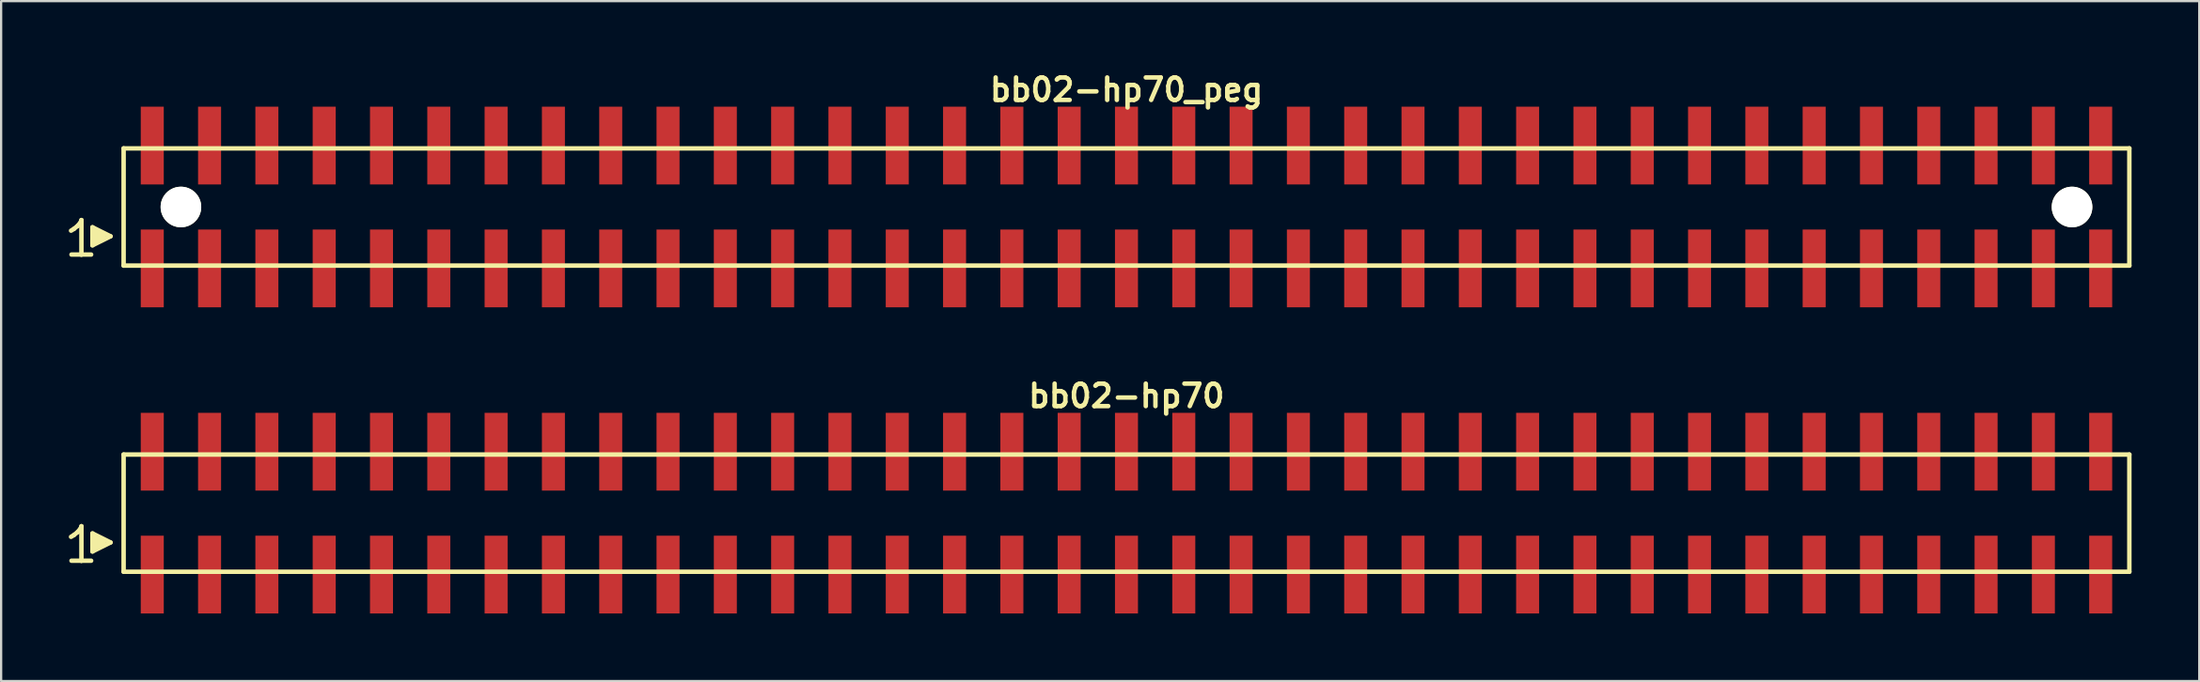
<source format=kicad_pcb>
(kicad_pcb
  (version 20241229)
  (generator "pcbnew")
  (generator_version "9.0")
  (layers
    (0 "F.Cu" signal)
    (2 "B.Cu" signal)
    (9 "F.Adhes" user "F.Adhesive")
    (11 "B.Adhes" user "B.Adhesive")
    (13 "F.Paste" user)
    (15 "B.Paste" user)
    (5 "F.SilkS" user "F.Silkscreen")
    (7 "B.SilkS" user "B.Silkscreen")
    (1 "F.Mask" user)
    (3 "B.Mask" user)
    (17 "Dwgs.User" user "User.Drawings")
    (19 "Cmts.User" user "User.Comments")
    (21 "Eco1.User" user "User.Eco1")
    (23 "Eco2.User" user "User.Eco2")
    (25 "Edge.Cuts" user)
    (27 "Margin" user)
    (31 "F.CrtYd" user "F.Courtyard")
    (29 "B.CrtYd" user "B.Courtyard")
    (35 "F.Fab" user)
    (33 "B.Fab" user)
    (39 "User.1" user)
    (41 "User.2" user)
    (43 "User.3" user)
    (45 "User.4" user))
  (footprint "bb02-hp70"
    (layer "F.Cu")
    (at 46.879 19.713)
    (property "Reference" "bb02-hp70" (at 0 -5.2 0) (layer "F.SilkS") (effects (font (size 0.998 0.998) (thickness 0.198))))
    (attr through_hole)
    (fp_line (start -46.78 1.05) (end -46.65 0.97) (stroke (width 0.198) (type solid)) (layer "F.SilkS"))
    (fp_line (start -46.65 0.97) (end -46.49 0.84) (stroke (width 0.198) (type solid)) (layer "F.SilkS"))
    (fp_line (start -46.49 0.84) (end -46.35 0.67) (stroke (width 0.198) (type solid)) (layer "F.SilkS"))
    (fp_line (start -46.35 0.67) (end -46.32 0.58) (stroke (width 0.198) (type solid)) (layer "F.SilkS"))
    (fp_line (start -46.32 0.58) (end -46.32 2.11) (stroke (width 0.198) (type solid)) (layer "F.SilkS"))
    (fp_line (start -46.32 2.11) (end -46.76 2.11) (stroke (width 0.198) (type solid)) (layer "F.SilkS"))
    (fp_line (start -45.89 2.11) (end -46.33 2.11) (stroke (width 0.198) (type solid)) (layer "F.SilkS"))
    (fp_line (start -45.83 0.9) (end -45.03 1.3) (stroke (width 0.198) (type solid)) (layer "F.SilkS"))
    (fp_line (start -45.83 1.7) (end -45.83 0.9) (stroke (width 0.198) (type solid)) (layer "F.SilkS"))
    (fp_line (start -45.73 1.6) (end -45.73 1) (stroke (width 0.198) (type solid)) (layer "F.SilkS"))
    (fp_line (start -45.63 1.1) (end -45.63 1.5) (stroke (width 0.198) (type solid)) (layer "F.SilkS"))
    (fp_line (start -45.53 1.5) (end -45.53 1.1) (stroke (width 0.198) (type solid)) (layer "F.SilkS"))
    (fp_line (start -45.43 1.2) (end -45.43 1.4) (stroke (width 0.198) (type solid)) (layer "F.SilkS"))
    (fp_line (start -45.33 1.4) (end -45.33 1.2) (stroke (width 0.198) (type solid)) (layer "F.SilkS"))
    (fp_line (start -45.03 1.3) (end -45.83 1.7) (stroke (width 0.198) (type solid)) (layer "F.SilkS"))
    (fp_line (start -44.45 -2.6) (end -44.45 2.6) (stroke (width 0.198) (type solid)) (layer "F.SilkS"))
    (fp_line (start -44.45 -2.6) (end 44.45 -2.6) (stroke (width 0.198) (type solid)) (layer "F.SilkS"))
    (fp_line (start 44.45 2.6) (end -44.45 2.6) (stroke (width 0.198) (type solid)) (layer "F.SilkS"))
    (fp_line (start 44.45 2.6) (end 44.45 -2.6) (stroke (width 0.198) (type solid)) (layer "F.SilkS"))
    (pad "1" smd rect (at -43.18 2.725) (size 1.02 3.45) (layers "F.Cu" "F.Mask" "F.Paste"))
    (pad "2" smd rect (at -43.18 -2.725) (size 1.02 3.45) (layers "F.Cu" "F.Mask" "F.Paste"))
    (pad "3" smd rect (at -40.64 2.725) (size 1.02 3.45) (layers "F.Cu" "F.Mask" "F.Paste"))
    (pad "4" smd rect (at -40.64 -2.725) (size 1.02 3.45) (layers "F.Cu" "F.Mask" "F.Paste"))
    (pad "5" smd rect (at -38.1 2.725) (size 1.02 3.45) (layers "F.Cu" "F.Mask" "F.Paste"))
    (pad "6" smd rect (at -38.1 -2.725) (size 1.02 3.45) (layers "F.Cu" "F.Mask" "F.Paste"))
    (pad "7" smd rect (at -35.56 2.725) (size 1.02 3.45) (layers "F.Cu" "F.Mask" "F.Paste"))
    (pad "8" smd rect (at -35.56 -2.725) (size 1.02 3.45) (layers "F.Cu" "F.Mask" "F.Paste"))
    (pad "9" smd rect (at -33.02 2.725) (size 1.02 3.45) (layers "F.Cu" "F.Mask" "F.Paste"))
    (pad "10" smd rect (at -33.02 -2.725) (size 1.02 3.45) (layers "F.Cu" "F.Mask" "F.Paste"))
    (pad "11" smd rect (at -30.48 2.725) (size 1.02 3.45) (layers "F.Cu" "F.Mask" "F.Paste"))
    (pad "12" smd rect (at -30.48 -2.725) (size 1.02 3.45) (layers "F.Cu" "F.Mask" "F.Paste"))
    (pad "13" smd rect (at -27.94 2.725) (size 1.02 3.45) (layers "F.Cu" "F.Mask" "F.Paste"))
    (pad "14" smd rect (at -27.94 -2.725) (size 1.02 3.45) (layers "F.Cu" "F.Mask" "F.Paste"))
    (pad "15" smd rect (at -25.4 2.725) (size 1.02 3.45) (layers "F.Cu" "F.Mask" "F.Paste"))
    (pad "16" smd rect (at -25.4 -2.725) (size 1.02 3.45) (layers "F.Cu" "F.Mask" "F.Paste"))
    (pad "17" smd rect (at -22.86 2.725) (size 1.02 3.45) (layers "F.Cu" "F.Mask" "F.Paste"))
    (pad "18" smd rect (at -22.86 -2.725) (size 1.02 3.45) (layers "F.Cu" "F.Mask" "F.Paste"))
    (pad "19" smd rect (at -20.32 2.725) (size 1.02 3.45) (layers "F.Cu" "F.Mask" "F.Paste"))
    (pad "20" smd rect (at -20.32 -2.725) (size 1.02 3.45) (layers "F.Cu" "F.Mask" "F.Paste"))
    (pad "21" smd rect (at -17.78 2.725) (size 1.02 3.45) (layers "F.Cu" "F.Mask" "F.Paste"))
    (pad "22" smd rect (at -17.78 -2.725) (size 1.02 3.45) (layers "F.Cu" "F.Mask" "F.Paste"))
    (pad "23" smd rect (at -15.24 2.725) (size 1.02 3.45) (layers "F.Cu" "F.Mask" "F.Paste"))
    (pad "24" smd rect (at -15.24 -2.725) (size 1.02 3.45) (layers "F.Cu" "F.Mask" "F.Paste"))
    (pad "25" smd rect (at -12.7 2.725) (size 1.02 3.45) (layers "F.Cu" "F.Mask" "F.Paste"))
    (pad "26" smd rect (at -12.7 -2.725) (size 1.02 3.45) (layers "F.Cu" "F.Mask" "F.Paste"))
    (pad "27" smd rect (at -10.16 2.725) (size 1.02 3.45) (layers "F.Cu" "F.Mask" "F.Paste"))
    (pad "28" smd rect (at -10.16 -2.725) (size 1.02 3.45) (layers "F.Cu" "F.Mask" "F.Paste"))
    (pad "29" smd rect (at -7.62 2.725) (size 1.02 3.45) (layers "F.Cu" "F.Mask" "F.Paste"))
    (pad "30" smd rect (at -7.62 -2.725) (size 1.02 3.45) (layers "F.Cu" "F.Mask" "F.Paste"))
    (pad "31" smd rect (at -5.08 2.725) (size 1.02 3.45) (layers "F.Cu" "F.Mask" "F.Paste"))
    (pad "32" smd rect (at -5.08 -2.725) (size 1.02 3.45) (layers "F.Cu" "F.Mask" "F.Paste"))
    (pad "33" smd rect (at -2.54 2.725) (size 1.02 3.45) (layers "F.Cu" "F.Mask" "F.Paste"))
    (pad "34" smd rect (at -2.54 -2.725) (size 1.02 3.45) (layers "F.Cu" "F.Mask" "F.Paste"))
    (pad "35" smd rect (at 0 2.725) (size 1.02 3.45) (layers "F.Cu" "F.Mask" "F.Paste"))
    (pad "36" smd rect (at 0 -2.725) (size 1.02 3.45) (layers "F.Cu" "F.Mask" "F.Paste"))
    (pad "37" smd rect (at 2.54 2.725) (size 1.02 3.45) (layers "F.Cu" "F.Mask" "F.Paste"))
    (pad "38" smd rect (at 2.54 -2.725) (size 1.02 3.45) (layers "F.Cu" "F.Mask" "F.Paste"))
    (pad "39" smd rect (at 5.08 2.725) (size 1.02 3.45) (layers "F.Cu" "F.Mask" "F.Paste"))
    (pad "40" smd rect (at 5.08 -2.725) (size 1.02 3.45) (layers "F.Cu" "F.Mask" "F.Paste"))
    (pad "41" smd rect (at 7.62 2.725) (size 1.02 3.45) (layers "F.Cu" "F.Mask" "F.Paste"))
    (pad "42" smd rect (at 7.62 -2.725) (size 1.02 3.45) (layers "F.Cu" "F.Mask" "F.Paste"))
    (pad "43" smd rect (at 10.16 2.725) (size 1.02 3.45) (layers "F.Cu" "F.Mask" "F.Paste"))
    (pad "44" smd rect (at 10.16 -2.725) (size 1.02 3.45) (layers "F.Cu" "F.Mask" "F.Paste"))
    (pad "45" smd rect (at 12.7 2.725) (size 1.02 3.45) (layers "F.Cu" "F.Mask" "F.Paste"))
    (pad "46" smd rect (at 12.7 -2.725) (size 1.02 3.45) (layers "F.Cu" "F.Mask" "F.Paste"))
    (pad "47" smd rect (at 15.24 2.725) (size 1.02 3.45) (layers "F.Cu" "F.Mask" "F.Paste"))
    (pad "48" smd rect (at 15.24 -2.725) (size 1.02 3.45) (layers "F.Cu" "F.Mask" "F.Paste"))
    (pad "49" smd rect (at 17.78 2.725) (size 1.02 3.45) (layers "F.Cu" "F.Mask" "F.Paste"))
    (pad "50" smd rect (at 17.78 -2.725) (size 1.02 3.45) (layers "F.Cu" "F.Mask" "F.Paste"))
    (pad "51" smd rect (at 20.32 2.725) (size 1.02 3.45) (layers "F.Cu" "F.Mask" "F.Paste"))
    (pad "52" smd rect (at 20.32 -2.725) (size 1.02 3.45) (layers "F.Cu" "F.Mask" "F.Paste"))
    (pad "53" smd rect (at 22.86 2.725) (size 1.02 3.45) (layers "F.Cu" "F.Mask" "F.Paste"))
    (pad "54" smd rect (at 22.86 -2.725) (size 1.02 3.45) (layers "F.Cu" "F.Mask" "F.Paste"))
    (pad "55" smd rect (at 25.4 2.725) (size 1.02 3.45) (layers "F.Cu" "F.Mask" "F.Paste"))
    (pad "56" smd rect (at 25.4 -2.725) (size 1.02 3.45) (layers "F.Cu" "F.Mask" "F.Paste"))
    (pad "57" smd rect (at 27.94 2.725) (size 1.02 3.45) (layers "F.Cu" "F.Mask" "F.Paste"))
    (pad "58" smd rect (at 27.94 -2.725) (size 1.02 3.45) (layers "F.Cu" "F.Mask" "F.Paste"))
    (pad "59" smd rect (at 30.48 2.725) (size 1.02 3.45) (layers "F.Cu" "F.Mask" "F.Paste"))
    (pad "60" smd rect (at 30.48 -2.725) (size 1.02 3.45) (layers "F.Cu" "F.Mask" "F.Paste"))
    (pad "61" smd rect (at 33.02 2.725) (size 1.02 3.45) (layers "F.Cu" "F.Mask" "F.Paste"))
    (pad "62" smd rect (at 33.02 -2.725) (size 1.02 3.45) (layers "F.Cu" "F.Mask" "F.Paste"))
    (pad "63" smd rect (at 35.56 2.725) (size 1.02 3.45) (layers "F.Cu" "F.Mask" "F.Paste"))
    (pad "64" smd rect (at 35.56 -2.725) (size 1.02 3.45) (layers "F.Cu" "F.Mask" "F.Paste"))
    (pad "65" smd rect (at 38.1 2.725) (size 1.02 3.45) (layers "F.Cu" "F.Mask" "F.Paste"))
    (pad "66" smd rect (at 38.1 -2.725) (size 1.02 3.45) (layers "F.Cu" "F.Mask" "F.Paste"))
    (pad "67" smd rect (at 40.64 2.725) (size 1.02 3.45) (layers "F.Cu" "F.Mask" "F.Paste"))
    (pad "68" smd rect (at 40.64 -2.725) (size 1.02 3.45) (layers "F.Cu" "F.Mask" "F.Paste"))
    (pad "69" smd rect (at 43.18 2.725) (size 1.02 3.45) (layers "F.Cu" "F.Mask" "F.Paste"))
    (pad "70" smd rect (at 43.18 -2.725) (size 1.02 3.45) (layers "F.Cu" "F.Mask" "F.Paste")))
  (footprint "bb02-hp70_peg"
    (layer "F.Cu")
    (at 46.879 6.132)
    (property "Reference" "bb02-hp70_peg" (at 0 -5.2 0) (layer "F.SilkS") (effects (font (size 0.998 0.998) (thickness 0.198))))
    (attr through_hole)
    (fp_line (start -46.78 1.05) (end -46.65 0.97) (stroke (width 0.198) (type solid)) (layer "F.SilkS"))
    (fp_line (start -46.65 0.97) (end -46.49 0.84) (stroke (width 0.198) (type solid)) (layer "F.SilkS"))
    (fp_line (start -46.49 0.84) (end -46.35 0.67) (stroke (width 0.198) (type solid)) (layer "F.SilkS"))
    (fp_line (start -46.35 0.67) (end -46.32 0.58) (stroke (width 0.198) (type solid)) (layer "F.SilkS"))
    (fp_line (start -46.32 0.58) (end -46.32 2.11) (stroke (width 0.198) (type solid)) (layer "F.SilkS"))
    (fp_line (start -46.32 2.11) (end -46.76 2.11) (stroke (width 0.198) (type solid)) (layer "F.SilkS"))
    (fp_line (start -45.89 2.11) (end -46.33 2.11) (stroke (width 0.198) (type solid)) (layer "F.SilkS"))
    (fp_line (start -45.83 0.9) (end -45.03 1.3) (stroke (width 0.198) (type solid)) (layer "F.SilkS"))
    (fp_line (start -45.83 1.7) (end -45.83 0.9) (stroke (width 0.198) (type solid)) (layer "F.SilkS"))
    (fp_line (start -45.73 1.6) (end -45.73 1) (stroke (width 0.198) (type solid)) (layer "F.SilkS"))
    (fp_line (start -45.63 1.1) (end -45.63 1.5) (stroke (width 0.198) (type solid)) (layer "F.SilkS"))
    (fp_line (start -45.53 1.5) (end -45.53 1.1) (stroke (width 0.198) (type solid)) (layer "F.SilkS"))
    (fp_line (start -45.43 1.2) (end -45.43 1.4) (stroke (width 0.198) (type solid)) (layer "F.SilkS"))
    (fp_line (start -45.33 1.4) (end -45.33 1.2) (stroke (width 0.198) (type solid)) (layer "F.SilkS"))
    (fp_line (start -45.03 1.3) (end -45.83 1.7) (stroke (width 0.198) (type solid)) (layer "F.SilkS"))
    (fp_line (start -44.45 -2.6) (end -44.45 2.6) (stroke (width 0.198) (type solid)) (layer "F.SilkS"))
    (fp_line (start -44.45 -2.6) (end 44.45 -2.6) (stroke (width 0.198) (type solid)) (layer "F.SilkS"))
    (fp_line (start 44.45 2.6) (end -44.45 2.6) (stroke (width 0.198) (type solid)) (layer "F.SilkS"))
    (fp_line (start 44.45 2.6) (end 44.45 -2.6) (stroke (width 0.198) (type solid)) (layer "F.SilkS"))
    (pad "" np_thru_hole circle (at -41.91 0) (size 1.8 1.8) (drill 1.8) (layers "*.Cu" "*.Mask" "F.SilkS"))
    (pad "" np_thru_hole circle (at 41.91 0) (size 1.8 1.8) (drill 1.8) (layers "*.Cu" "*.Mask" "F.SilkS"))
    (pad "1" smd rect (at -43.18 2.725) (size 1.02 3.45) (layers "F.Cu" "F.Mask" "F.Paste"))
    (pad "2" smd rect (at -43.18 -2.725) (size 1.02 3.45) (layers "F.Cu" "F.Mask" "F.Paste"))
    (pad "3" smd rect (at -40.64 2.725) (size 1.02 3.45) (layers "F.Cu" "F.Mask" "F.Paste"))
    (pad "4" smd rect (at -40.64 -2.725) (size 1.02 3.45) (layers "F.Cu" "F.Mask" "F.Paste"))
    (pad "5" smd rect (at -38.1 2.725) (size 1.02 3.45) (layers "F.Cu" "F.Mask" "F.Paste"))
    (pad "6" smd rect (at -38.1 -2.725) (size 1.02 3.45) (layers "F.Cu" "F.Mask" "F.Paste"))
    (pad "7" smd rect (at -35.56 2.725) (size 1.02 3.45) (layers "F.Cu" "F.Mask" "F.Paste"))
    (pad "8" smd rect (at -35.56 -2.725) (size 1.02 3.45) (layers "F.Cu" "F.Mask" "F.Paste"))
    (pad "9" smd rect (at -33.02 2.725) (size 1.02 3.45) (layers "F.Cu" "F.Mask" "F.Paste"))
    (pad "10" smd rect (at -33.02 -2.725) (size 1.02 3.45) (layers "F.Cu" "F.Mask" "F.Paste"))
    (pad "11" smd rect (at -30.48 2.725) (size 1.02 3.45) (layers "F.Cu" "F.Mask" "F.Paste"))
    (pad "12" smd rect (at -30.48 -2.725) (size 1.02 3.45) (layers "F.Cu" "F.Mask" "F.Paste"))
    (pad "13" smd rect (at -27.94 2.725) (size 1.02 3.45) (layers "F.Cu" "F.Mask" "F.Paste"))
    (pad "14" smd rect (at -27.94 -2.725) (size 1.02 3.45) (layers "F.Cu" "F.Mask" "F.Paste"))
    (pad "15" smd rect (at -25.4 2.725) (size 1.02 3.45) (layers "F.Cu" "F.Mask" "F.Paste"))
    (pad "16" smd rect (at -25.4 -2.725) (size 1.02 3.45) (layers "F.Cu" "F.Mask" "F.Paste"))
    (pad "17" smd rect (at -22.86 2.725) (size 1.02 3.45) (layers "F.Cu" "F.Mask" "F.Paste"))
    (pad "18" smd rect (at -22.86 -2.725) (size 1.02 3.45) (layers "F.Cu" "F.Mask" "F.Paste"))
    (pad "19" smd rect (at -20.32 2.725) (size 1.02 3.45) (layers "F.Cu" "F.Mask" "F.Paste"))
    (pad "20" smd rect (at -20.32 -2.725) (size 1.02 3.45) (layers "F.Cu" "F.Mask" "F.Paste"))
    (pad "21" smd rect (at -17.78 2.725) (size 1.02 3.45) (layers "F.Cu" "F.Mask" "F.Paste"))
    (pad "22" smd rect (at -17.78 -2.725) (size 1.02 3.45) (layers "F.Cu" "F.Mask" "F.Paste"))
    (pad "23" smd rect (at -15.24 2.725) (size 1.02 3.45) (layers "F.Cu" "F.Mask" "F.Paste"))
    (pad "24" smd rect (at -15.24 -2.725) (size 1.02 3.45) (layers "F.Cu" "F.Mask" "F.Paste"))
    (pad "25" smd rect (at -12.7 2.725) (size 1.02 3.45) (layers "F.Cu" "F.Mask" "F.Paste"))
    (pad "26" smd rect (at -12.7 -2.725) (size 1.02 3.45) (layers "F.Cu" "F.Mask" "F.Paste"))
    (pad "27" smd rect (at -10.16 2.725) (size 1.02 3.45) (layers "F.Cu" "F.Mask" "F.Paste"))
    (pad "28" smd rect (at -10.16 -2.725) (size 1.02 3.45) (layers "F.Cu" "F.Mask" "F.Paste"))
    (pad "29" smd rect (at -7.62 2.725) (size 1.02 3.45) (layers "F.Cu" "F.Mask" "F.Paste"))
    (pad "30" smd rect (at -7.62 -2.725) (size 1.02 3.45) (layers "F.Cu" "F.Mask" "F.Paste"))
    (pad "31" smd rect (at -5.08 2.725) (size 1.02 3.45) (layers "F.Cu" "F.Mask" "F.Paste"))
    (pad "32" smd rect (at -5.08 -2.725) (size 1.02 3.45) (layers "F.Cu" "F.Mask" "F.Paste"))
    (pad "33" smd rect (at -2.54 2.725) (size 1.02 3.45) (layers "F.Cu" "F.Mask" "F.Paste"))
    (pad "34" smd rect (at -2.54 -2.725) (size 1.02 3.45) (layers "F.Cu" "F.Mask" "F.Paste"))
    (pad "35" smd rect (at 0 2.725) (size 1.02 3.45) (layers "F.Cu" "F.Mask" "F.Paste"))
    (pad "36" smd rect (at 0 -2.725) (size 1.02 3.45) (layers "F.Cu" "F.Mask" "F.Paste"))
    (pad "37" smd rect (at 2.54 2.725) (size 1.02 3.45) (layers "F.Cu" "F.Mask" "F.Paste"))
    (pad "38" smd rect (at 2.54 -2.725) (size 1.02 3.45) (layers "F.Cu" "F.Mask" "F.Paste"))
    (pad "39" smd rect (at 5.08 2.725) (size 1.02 3.45) (layers "F.Cu" "F.Mask" "F.Paste"))
    (pad "40" smd rect (at 5.08 -2.725) (size 1.02 3.45) (layers "F.Cu" "F.Mask" "F.Paste"))
    (pad "41" smd rect (at 7.62 2.725) (size 1.02 3.45) (layers "F.Cu" "F.Mask" "F.Paste"))
    (pad "42" smd rect (at 7.62 -2.725) (size 1.02 3.45) (layers "F.Cu" "F.Mask" "F.Paste"))
    (pad "43" smd rect (at 10.16 2.725) (size 1.02 3.45) (layers "F.Cu" "F.Mask" "F.Paste"))
    (pad "44" smd rect (at 10.16 -2.725) (size 1.02 3.45) (layers "F.Cu" "F.Mask" "F.Paste"))
    (pad "45" smd rect (at 12.7 2.725) (size 1.02 3.45) (layers "F.Cu" "F.Mask" "F.Paste"))
    (pad "46" smd rect (at 12.7 -2.725) (size 1.02 3.45) (layers "F.Cu" "F.Mask" "F.Paste"))
    (pad "47" smd rect (at 15.24 2.725) (size 1.02 3.45) (layers "F.Cu" "F.Mask" "F.Paste"))
    (pad "48" smd rect (at 15.24 -2.725) (size 1.02 3.45) (layers "F.Cu" "F.Mask" "F.Paste"))
    (pad "49" smd rect (at 17.78 2.725) (size 1.02 3.45) (layers "F.Cu" "F.Mask" "F.Paste"))
    (pad "50" smd rect (at 17.78 -2.725) (size 1.02 3.45) (layers "F.Cu" "F.Mask" "F.Paste"))
    (pad "51" smd rect (at 20.32 2.725) (size 1.02 3.45) (layers "F.Cu" "F.Mask" "F.Paste"))
    (pad "52" smd rect (at 20.32 -2.725) (size 1.02 3.45) (layers "F.Cu" "F.Mask" "F.Paste"))
    (pad "53" smd rect (at 22.86 2.725) (size 1.02 3.45) (layers "F.Cu" "F.Mask" "F.Paste"))
    (pad "54" smd rect (at 22.86 -2.725) (size 1.02 3.45) (layers "F.Cu" "F.Mask" "F.Paste"))
    (pad "55" smd rect (at 25.4 2.725) (size 1.02 3.45) (layers "F.Cu" "F.Mask" "F.Paste"))
    (pad "56" smd rect (at 25.4 -2.725) (size 1.02 3.45) (layers "F.Cu" "F.Mask" "F.Paste"))
    (pad "57" smd rect (at 27.94 2.725) (size 1.02 3.45) (layers "F.Cu" "F.Mask" "F.Paste"))
    (pad "58" smd rect (at 27.94 -2.725) (size 1.02 3.45) (layers "F.Cu" "F.Mask" "F.Paste"))
    (pad "59" smd rect (at 30.48 2.725) (size 1.02 3.45) (layers "F.Cu" "F.Mask" "F.Paste"))
    (pad "60" smd rect (at 30.48 -2.725) (size 1.02 3.45) (layers "F.Cu" "F.Mask" "F.Paste"))
    (pad "61" smd rect (at 33.02 2.725) (size 1.02 3.45) (layers "F.Cu" "F.Mask" "F.Paste"))
    (pad "62" smd rect (at 33.02 -2.725) (size 1.02 3.45) (layers "F.Cu" "F.Mask" "F.Paste"))
    (pad "63" smd rect (at 35.56 2.725) (size 1.02 3.45) (layers "F.Cu" "F.Mask" "F.Paste"))
    (pad "64" smd rect (at 35.56 -2.725) (size 1.02 3.45) (layers "F.Cu" "F.Mask" "F.Paste"))
    (pad "65" smd rect (at 38.1 2.725) (size 1.02 3.45) (layers "F.Cu" "F.Mask" "F.Paste"))
    (pad "66" smd rect (at 38.1 -2.725) (size 1.02 3.45) (layers "F.Cu" "F.Mask" "F.Paste"))
    (pad "67" smd rect (at 40.64 2.725) (size 1.02 3.45) (layers "F.Cu" "F.Mask" "F.Paste"))
    (pad "68" smd rect (at 40.64 -2.725) (size 1.02 3.45) (layers "F.Cu" "F.Mask" "F.Paste"))
    (pad "69" smd rect (at 43.18 2.725) (size 1.02 3.45) (layers "F.Cu" "F.Mask" "F.Paste"))
    (pad "70" smd rect (at 43.18 -2.725) (size 1.02 3.45) (layers "F.Cu" "F.Mask" "F.Paste")))
  (gr_rect
    (start -3 -3)
    (end 94.428 27.163)
    (stroke (width 0.1) (type default))
    (fill no)
    (layer "Edge.Cuts")))
</source>
